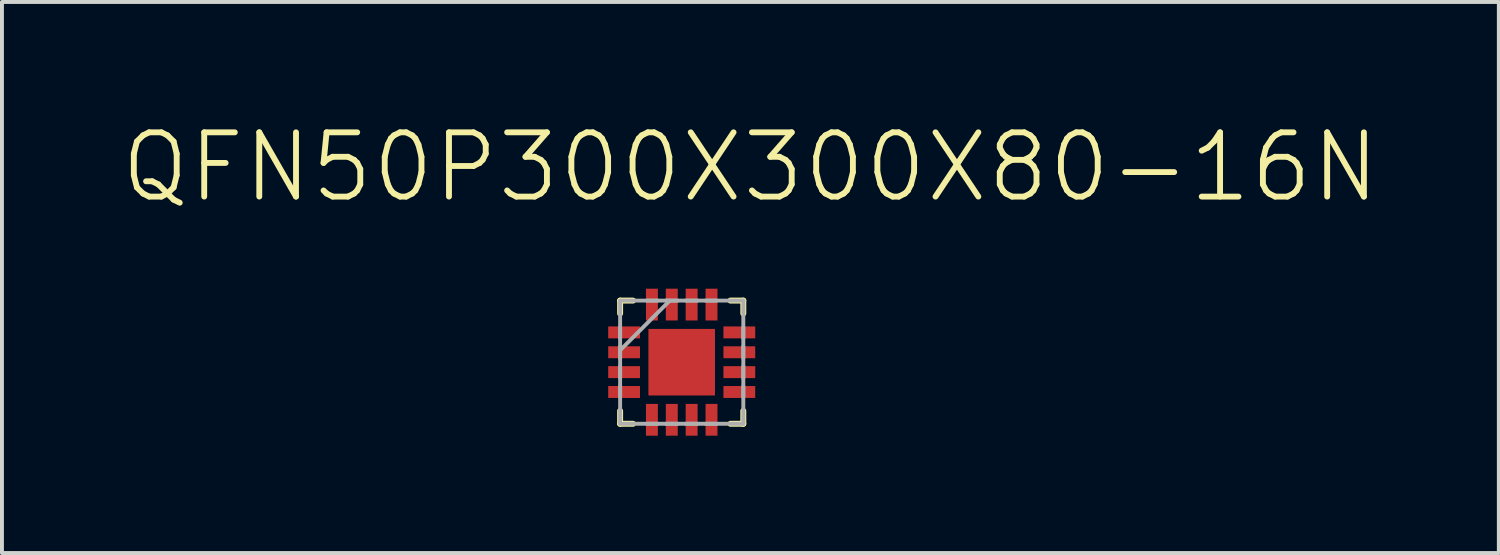
<source format=kicad_pcb>
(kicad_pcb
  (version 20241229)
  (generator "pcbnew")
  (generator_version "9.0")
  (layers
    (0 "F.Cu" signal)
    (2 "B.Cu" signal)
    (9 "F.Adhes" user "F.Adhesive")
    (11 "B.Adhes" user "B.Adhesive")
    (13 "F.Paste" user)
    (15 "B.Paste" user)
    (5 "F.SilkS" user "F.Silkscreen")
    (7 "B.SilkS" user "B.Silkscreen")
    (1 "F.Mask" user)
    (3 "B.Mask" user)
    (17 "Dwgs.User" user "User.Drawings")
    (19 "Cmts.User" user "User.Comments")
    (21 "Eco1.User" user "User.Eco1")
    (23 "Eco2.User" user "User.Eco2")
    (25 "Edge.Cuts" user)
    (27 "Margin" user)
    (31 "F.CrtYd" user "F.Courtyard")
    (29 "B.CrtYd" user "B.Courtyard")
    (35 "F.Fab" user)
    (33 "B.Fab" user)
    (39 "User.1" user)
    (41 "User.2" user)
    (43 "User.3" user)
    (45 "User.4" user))
  (footprint "QFN50P300X300X80-16N"
    (layer "F.Cu")
    (at 14.381 6.211)
    (property "Reference" "QFN50P300X300X80-16N" (at 1.756 -4.987 0) (layer "F.SilkS") (effects (font (size 1.643 1.643) (thickness 0.15))))
    (attr smd)
    (fp_line (start -1.575 -1.575) (end -1.575 -1.245) (stroke (width 0.152) (type solid)) (layer "F.SilkS"))
    (fp_line (start -1.575 1.245) (end -1.575 1.575) (stroke (width 0.152) (type solid)) (layer "F.SilkS"))
    (fp_line (start -1.575 1.575) (end -1.245 1.575) (stroke (width 0.152) (type solid)) (layer "F.SilkS"))
    (fp_line (start -1.245 -1.575) (end -1.575 -1.575) (stroke (width 0.152) (type solid)) (layer "F.SilkS"))
    (fp_line (start 1.245 1.575) (end 1.575 1.575) (stroke (width 0.152) (type solid)) (layer "F.SilkS"))
    (fp_line (start 1.575 -1.575) (end 1.245 -1.575) (stroke (width 0.152) (type solid)) (layer "F.SilkS"))
    (fp_line (start 1.575 -1.245) (end 1.575 -1.575) (stroke (width 0.152) (type solid)) (layer "F.SilkS"))
    (fp_line (start 1.575 1.575) (end 1.575 1.245) (stroke (width 0.152) (type solid)) (layer "F.SilkS"))
    (fp_line (start -1.575 -1.575) (end -1.575 1.575) (stroke (width 0.1) (type solid)) (layer "F.Fab"))
    (fp_line (start -1.575 -0.889) (end -1.575 -0.61) (stroke (width 0.1) (type solid)) (layer "F.Fab"))
    (fp_line (start -1.575 -0.406) (end -1.575 -0.102) (stroke (width 0.1) (type solid)) (layer "F.Fab"))
    (fp_line (start -1.575 -0.305) (end -0.305 -1.575) (stroke (width 0.1) (type solid)) (layer "F.Fab"))
    (fp_line (start -1.575 0.102) (end -1.575 0.406) (stroke (width 0.1) (type solid)) (layer "F.Fab"))
    (fp_line (start -1.575 0.61) (end -1.575 0.889) (stroke (width 0.1) (type solid)) (layer "F.Fab"))
    (fp_line (start -1.575 1.575) (end 1.575 1.575) (stroke (width 0.1) (type solid)) (layer "F.Fab"))
    (fp_line (start -0.889 1.575) (end -0.61 1.575) (stroke (width 0.1) (type solid)) (layer "F.Fab"))
    (fp_line (start -0.61 -1.575) (end -0.889 -1.575) (stroke (width 0.1) (type solid)) (layer "F.Fab"))
    (fp_line (start -0.406 1.575) (end -0.102 1.575) (stroke (width 0.1) (type solid)) (layer "F.Fab"))
    (fp_line (start -0.102 -1.575) (end -0.406 -1.575) (stroke (width 0.1) (type solid)) (layer "F.Fab"))
    (fp_line (start 0.102 1.575) (end 0.406 1.575) (stroke (width 0.1) (type solid)) (layer "F.Fab"))
    (fp_line (start 0.406 -1.575) (end 0.102 -1.575) (stroke (width 0.1) (type solid)) (layer "F.Fab"))
    (fp_line (start 0.61 1.575) (end 0.889 1.575) (stroke (width 0.1) (type solid)) (layer "F.Fab"))
    (fp_line (start 0.889 -1.575) (end 0.61 -1.575) (stroke (width 0.1) (type solid)) (layer "F.Fab"))
    (fp_line (start 1.575 -1.575) (end -1.575 -1.575) (stroke (width 0.1) (type solid)) (layer "F.Fab"))
    (fp_line (start 1.575 -0.61) (end 1.575 -0.889) (stroke (width 0.1) (type solid)) (layer "F.Fab"))
    (fp_line (start 1.575 -0.102) (end 1.575 -0.406) (stroke (width 0.1) (type solid)) (layer "F.Fab"))
    (fp_line (start 1.575 0.406) (end 1.575 0.102) (stroke (width 0.1) (type solid)) (layer "F.Fab"))
    (fp_line (start 1.575 0.889) (end 1.575 0.61) (stroke (width 0.1) (type solid)) (layer "F.Fab"))
    (fp_line (start 1.575 1.575) (end 1.575 -1.575) (stroke (width 0.1) (type solid)) (layer "F.Fab"))
    (pad "1" smd rect (at -1.473 -0.762) (size 0.813 0.305) (layers "F.Cu" "F.Mask" "F.Paste"))
    (pad "2" smd rect (at -1.473 -0.254) (size 0.813 0.305) (layers "F.Cu" "F.Mask" "F.Paste"))
    (pad "3" smd rect (at -1.473 0.254) (size 0.813 0.305) (layers "F.Cu" "F.Mask" "F.Paste"))
    (pad "4" smd rect (at -1.473 0.762) (size 0.813 0.305) (layers "F.Cu" "F.Mask" "F.Paste"))
    (pad "5" smd rect (at -0.762 1.473) (size 0.305 0.813) (layers "F.Cu" "F.Mask" "F.Paste"))
    (pad "6" smd rect (at -0.254 1.473) (size 0.305 0.813) (layers "F.Cu" "F.Mask" "F.Paste"))
    (pad "7" smd rect (at 0.254 1.473) (size 0.305 0.813) (layers "F.Cu" "F.Mask" "F.Paste"))
    (pad "8" smd rect (at 0.762 1.473) (size 0.305 0.813) (layers "F.Cu" "F.Mask" "F.Paste"))
    (pad "9" smd rect (at 1.473 0.762) (size 0.813 0.305) (layers "F.Cu" "F.Mask" "F.Paste"))
    (pad "10" smd rect (at 1.473 0.254) (size 0.813 0.305) (layers "F.Cu" "F.Mask" "F.Paste"))
    (pad "11" smd rect (at 1.473 -0.254) (size 0.813 0.305) (layers "F.Cu" "F.Mask" "F.Paste"))
    (pad "12" smd rect (at 1.473 -0.762) (size 0.813 0.305) (layers "F.Cu" "F.Mask" "F.Paste"))
    (pad "13" smd rect (at 0.762 -1.473) (size 0.305 0.813) (layers "F.Cu" "F.Mask" "F.Paste"))
    (pad "14" smd rect (at 0.254 -1.473) (size 0.305 0.813) (layers "F.Cu" "F.Mask" "F.Paste"))
    (pad "15" smd rect (at -0.254 -1.473) (size 0.305 0.813) (layers "F.Cu" "F.Mask" "F.Paste"))
    (pad "16" smd rect (at -0.762 -1.473) (size 0.305 0.813) (layers "F.Cu" "F.Mask" "F.Paste"))
    (pad "17" smd rect (at 0 0) (size 1.702 1.702) (layers "F.Cu" "F.Mask" "F.Paste")))
  (gr_rect
    (start -3 -3)
    (end 35.274 11.091)
    (stroke (width 0.1) (type default))
    (fill no)
    (layer "Edge.Cuts")))
</source>
